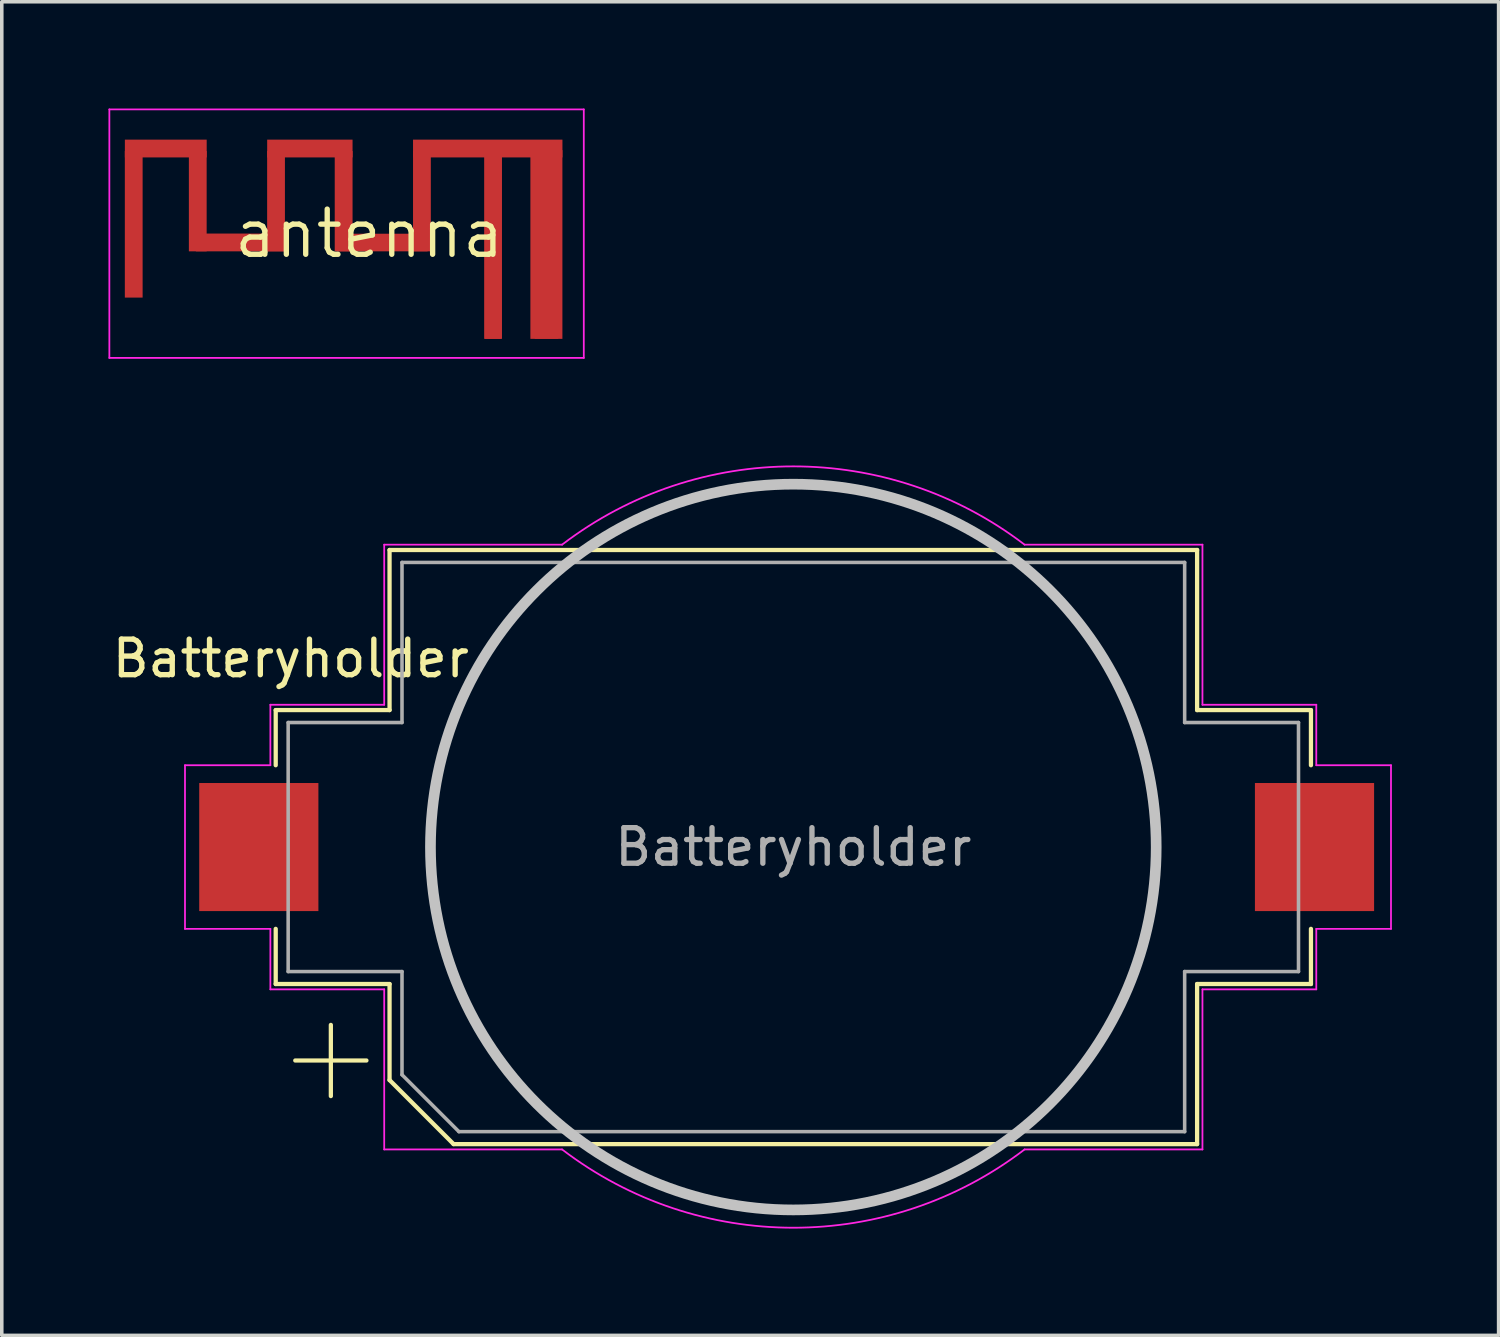
<source format=kicad_pcb>
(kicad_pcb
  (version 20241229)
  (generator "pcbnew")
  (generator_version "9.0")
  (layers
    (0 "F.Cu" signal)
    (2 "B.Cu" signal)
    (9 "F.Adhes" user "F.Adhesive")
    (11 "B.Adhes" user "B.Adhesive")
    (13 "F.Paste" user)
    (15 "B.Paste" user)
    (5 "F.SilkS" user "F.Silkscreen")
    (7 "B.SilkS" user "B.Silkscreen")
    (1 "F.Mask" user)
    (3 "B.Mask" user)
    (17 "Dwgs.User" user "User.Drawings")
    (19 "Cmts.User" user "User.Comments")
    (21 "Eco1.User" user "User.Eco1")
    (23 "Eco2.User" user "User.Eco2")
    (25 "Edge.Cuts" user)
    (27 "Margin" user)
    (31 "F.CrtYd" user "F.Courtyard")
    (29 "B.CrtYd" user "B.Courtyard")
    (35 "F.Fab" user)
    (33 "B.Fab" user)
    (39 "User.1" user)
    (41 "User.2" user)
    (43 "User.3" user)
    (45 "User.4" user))
  (footprint "antenna"
    (layer "F.Cu")
    (at 6.692 3.518)
    (property "Reference" "antenna" (at 0.635 0 0) (layer "F.SilkS") (effects (font (size 1.27 1.27) (thickness 0.15))))
    (attr exclude_from_pos_files exclude_from_bom)
    (fp_poly (pts (xy -5.733 -2.323) (xy -6.233 -2.323) (xy -6.233 1.797) (xy -5.733 1.797)) (stroke (width 0) (type solid)) (fill yes) (layer "F.Cu"))
    (fp_poly (pts (xy -3.933 -2.323) (xy -4.433 -2.323) (xy -4.433 0.497) (xy -3.933 0.497)) (stroke (width 0) (type solid)) (fill yes) (layer "F.Cu"))
    (fp_poly (pts (xy -3.932 -2.643) (xy -6.232 -2.643) (xy -6.232 -2.143) (xy -3.932 -2.143)) (stroke (width 0) (type solid)) (fill yes) (layer "F.Cu"))
    (fp_poly (pts (xy -1.747 -0.003) (xy -4.236 -0.003) (xy -4.236 0.497) (xy -1.747 0.497)) (stroke (width 0) (type solid)) (fill yes) (layer "F.Cu"))
    (fp_poly (pts (xy -1.733 -2.323) (xy -2.233 -2.323) (xy -2.233 0.497) (xy -1.733 0.497)) (stroke (width 0) (type solid)) (fill yes) (layer "F.Cu"))
    (fp_poly (pts (xy 0.168 -2.323) (xy -0.333 -2.323) (xy -0.333 0.497) (xy 0.168 0.497)) (stroke (width 0) (type solid)) (fill yes) (layer "F.Cu"))
    (fp_poly (pts (xy 0.168 -2.643) (xy -2.232 -2.643) (xy -2.232 -2.143) (xy 0.168 -2.143)) (stroke (width 0) (type solid)) (fill yes) (layer "F.Cu"))
    (fp_poly (pts (xy 2.277 0.002) (xy -0.263 0.002) (xy -0.263 0.497) (xy 2.277 0.497)) (stroke (width 0) (type solid)) (fill yes) (layer "F.Cu"))
    (fp_poly (pts (xy 2.368 -2.323) (xy 1.868 -2.323) (xy 1.868 0.497) (xy 2.368 0.497)) (stroke (width 0) (type solid)) (fill yes) (layer "F.Cu"))
    (fp_poly (pts (xy 4.368 -2.374) (xy 3.868 -2.374) (xy 3.868 2.957) (xy 4.368 2.957)) (stroke (width 0) (type solid)) (fill yes) (layer "F.Cu"))
    (fp_poly (pts (xy 6.067 -2.348) (xy 5.167 -2.348) (xy 5.167 2.957) (xy 6.067 2.957)) (stroke (width 0) (type solid)) (fill yes) (layer "F.Cu"))
    (fp_poly (pts (xy 6.068 -2.643) (xy 1.868 -2.643) (xy 1.868 -2.143) (xy 6.068 -2.143)) (stroke (width 0) (type solid)) (fill yes) (layer "F.Cu"))
    (fp_poly (pts (xy -5.733 -2.323) (xy -6.232 -2.323) (xy -6.232 1.797) (xy -5.733 1.797)) (stroke (width 0) (type solid)) (fill yes) (layer "F.Mask"))
    (fp_poly (pts (xy -3.933 -2.323) (xy -4.433 -2.323) (xy -4.433 0.497) (xy -3.933 0.497)) (stroke (width 0) (type solid)) (fill yes) (layer "F.Mask"))
    (fp_poly (pts (xy -3.932 -2.643) (xy -6.232 -2.643) (xy -6.232 -2.143) (xy -3.932 -2.143)) (stroke (width 0) (type solid)) (fill yes) (layer "F.Mask"))
    (fp_poly (pts (xy -1.747 -0.003) (xy -4.236 -0.003) (xy -4.236 0.497) (xy -1.747 0.497)) (stroke (width 0) (type solid)) (fill yes) (layer "F.Mask"))
    (fp_poly (pts (xy -1.733 -2.323) (xy -2.233 -2.323) (xy -2.233 0.497) (xy -1.733 0.497)) (stroke (width 0) (type solid)) (fill yes) (layer "F.Mask"))
    (fp_poly (pts (xy 0.168 -2.323) (xy -0.332 -2.323) (xy -0.332 0.497) (xy 0.168 0.497)) (stroke (width 0) (type solid)) (fill yes) (layer "F.Mask"))
    (fp_poly (pts (xy 0.168 -2.643) (xy -2.232 -2.643) (xy -2.232 -2.143) (xy 0.168 -2.143)) (stroke (width 0) (type solid)) (fill yes) (layer "F.Mask"))
    (fp_poly (pts (xy 2.277 0.002) (xy -0.263 0.002) (xy -0.263 0.497) (xy 2.277 0.497)) (stroke (width 0) (type solid)) (fill yes) (layer "F.Mask"))
    (fp_poly (pts (xy 2.368 -2.323) (xy 1.868 -2.323) (xy 1.868 0.497) (xy 2.368 0.497)) (stroke (width 0) (type solid)) (fill yes) (layer "F.Mask"))
    (fp_poly (pts (xy 4.368 -2.374) (xy 3.868 -2.374) (xy 3.868 2.957) (xy 4.368 2.957)) (stroke (width 0) (type solid)) (fill yes) (layer "F.Mask"))
    (fp_poly (pts (xy 6.067 -2.348) (xy 5.167 -2.348) (xy 5.167 2.957) (xy 6.067 2.957)) (stroke (width 0) (type solid)) (fill yes) (layer "F.Mask"))
    (fp_poly (pts (xy 6.068 -2.643) (xy 1.868 -2.643) (xy 1.868 -2.143) (xy 6.068 -2.143)) (stroke (width 0) (type solid)) (fill yes) (layer "F.Mask"))
    (fp_line (start -6.668 -3.493) (end -6.668 3.493) (stroke (width 0.05) (type solid)) (layer "F.CrtYd"))
    (fp_line (start -6.668 3.493) (end 6.668 3.493) (stroke (width 0.05) (type solid)) (layer "F.CrtYd"))
    (fp_line (start 6.668 -3.493) (end -6.668 -3.493) (stroke (width 0.05) (type solid)) (layer "F.CrtYd"))
    (fp_line (start 6.668 3.493) (end 6.668 -3.493) (stroke (width 0.05) (type solid)) (layer "F.CrtYd"))
    (pad "FEED" smd rect (at 4.11 2.329 90) (size 1.258 0.44) (layers "F.Cu"))
    (pad "GND" smd rect (at 5.62 2.5 90) (size 0.91 0.661) (layers "F.Cu")))
  (footprint "Batteryholder"
    (layer "F.Cu")
    (at 19.25 20.76)
    (property "Reference" "Batteryholder" (at -14.125 -5.3 0) (layer "F.SilkS") (effects (font (size 1 1) (thickness 0.15))))
    (attr smd)
    (fp_line (start -14.55 -3.85) (end -14.55 -2.3) (stroke (width 0.12) (type solid)) (layer "F.SilkS"))
    (fp_line (start -14.55 3.85) (end -14.55 2.3) (stroke (width 0.12) (type solid)) (layer "F.SilkS"))
    (fp_line (start -13 5) (end -13 7) (stroke (width 0.12) (type solid)) (layer "F.SilkS"))
    (fp_line (start -12 6) (end -14 6) (stroke (width 0.12) (type solid)) (layer "F.SilkS"))
    (fp_line (start -11.35 -8.35) (end -11.35 -3.85) (stroke (width 0.12) (type solid)) (layer "F.SilkS"))
    (fp_line (start -11.35 -8.35) (end 11.35 -8.35) (stroke (width 0.12) (type solid)) (layer "F.SilkS"))
    (fp_line (start -11.35 -3.85) (end -14.55 -3.85) (stroke (width 0.12) (type solid)) (layer "F.SilkS"))
    (fp_line (start -11.35 3.85) (end -14.55 3.85) (stroke (width 0.12) (type solid)) (layer "F.SilkS"))
    (fp_line (start -11.35 6.55) (end -11.35 3.85) (stroke (width 0.12) (type solid)) (layer "F.SilkS"))
    (fp_line (start -9.55 8.35) (end -11.35 6.55) (stroke (width 0.12) (type solid)) (layer "F.SilkS"))
    (fp_line (start 11.35 -8.35) (end 11.35 -3.85) (stroke (width 0.12) (type solid)) (layer "F.SilkS"))
    (fp_line (start 11.35 -3.85) (end 14.55 -3.85) (stroke (width 0.12) (type solid)) (layer "F.SilkS"))
    (fp_line (start 11.35 3.85) (end 14.55 3.85) (stroke (width 0.12) (type solid)) (layer "F.SilkS"))
    (fp_line (start 11.35 8.35) (end -9.55 8.35) (stroke (width 0.12) (type solid)) (layer "F.SilkS"))
    (fp_line (start 11.35 8.35) (end 11.35 3.85) (stroke (width 0.12) (type solid)) (layer "F.SilkS"))
    (fp_line (start 14.55 -3.85) (end 14.55 -2.3) (stroke (width 0.12) (type solid)) (layer "F.SilkS"))
    (fp_line (start 14.55 3.85) (end 14.55 2.3) (stroke (width 0.12) (type solid)) (layer "F.SilkS"))
    (fp_circle (center 0 0) (end -10.2 0) (stroke (width 0.3) (type solid)) (fill no) (layer "Dwgs.User"))
    (fp_line (start -17.1 2.3) (end -17.1 -2.3) (stroke (width 0.05) (type solid)) (layer "F.CrtYd"))
    (fp_line (start -14.7 -4) (end -11.5 -4) (stroke (width 0.05) (type solid)) (layer "F.CrtYd"))
    (fp_line (start -14.7 -2.3) (end -17.1 -2.3) (stroke (width 0.05) (type solid)) (layer "F.CrtYd"))
    (fp_line (start -14.7 -2.3) (end -14.7 -4) (stroke (width 0.05) (type solid)) (layer "F.CrtYd"))
    (fp_line (start -14.7 2.3) (end -17.1 2.3) (stroke (width 0.05) (type solid)) (layer "F.CrtYd"))
    (fp_line (start -14.7 4) (end -14.7 2.3) (stroke (width 0.05) (type solid)) (layer "F.CrtYd"))
    (fp_line (start -14.7 4) (end -11.5 4) (stroke (width 0.05) (type solid)) (layer "F.CrtYd"))
    (fp_line (start -11.5 -8.5) (end -6.5 -8.5) (stroke (width 0.05) (type solid)) (layer "F.CrtYd"))
    (fp_line (start -11.5 -4) (end -11.5 -8.5) (stroke (width 0.05) (type solid)) (layer "F.CrtYd"))
    (fp_line (start -11.5 4) (end -11.5 8.5) (stroke (width 0.05) (type solid)) (layer "F.CrtYd"))
    (fp_line (start -6.5 8.5) (end -11.5 8.5) (stroke (width 0.05) (type solid)) (layer "F.CrtYd"))
    (fp_line (start 11.5 -8.5) (end 6.5 -8.5) (stroke (width 0.05) (type solid)) (layer "F.CrtYd"))
    (fp_line (start 11.5 -8.5) (end 11.5 -4) (stroke (width 0.05) (type solid)) (layer "F.CrtYd"))
    (fp_line (start 11.5 -4) (end 14.7 -4) (stroke (width 0.05) (type solid)) (layer "F.CrtYd"))
    (fp_line (start 11.5 4) (end 11.5 8.5) (stroke (width 0.05) (type solid)) (layer "F.CrtYd"))
    (fp_line (start 11.5 8.5) (end 6.5 8.5) (stroke (width 0.05) (type solid)) (layer "F.CrtYd"))
    (fp_line (start 14.7 -4) (end 14.7 -2.3) (stroke (width 0.05) (type solid)) (layer "F.CrtYd"))
    (fp_line (start 14.7 -2.3) (end 16.8 -2.3) (stroke (width 0.05) (type solid)) (layer "F.CrtYd"))
    (fp_line (start 14.7 2.3) (end 14.7 4) (stroke (width 0.05) (type solid)) (layer "F.CrtYd"))
    (fp_line (start 14.7 4) (end 11.5 4) (stroke (width 0.05) (type solid)) (layer "F.CrtYd"))
    (fp_line (start 16.8 -2.3) (end 16.8 2.3) (stroke (width 0.05) (type solid)) (layer "F.CrtYd"))
    (fp_line (start 16.8 2.3) (end 14.7 2.3) (stroke (width 0.05) (type solid)) (layer "F.CrtYd"))
    (fp_arc (start -6.499999 -8.5) (mid 0 -10.700467) (end 6.5 -8.5) (stroke (width 0.05) (type solid)) (layer "F.CrtYd"))
    (fp_arc (start 6.499999 8.5) (mid 0 10.700467) (end -6.5 8.5) (stroke (width 0.05) (type solid)) (layer "F.CrtYd"))
    (fp_line (start -14.2 -3.5) (end -11 -3.5) (stroke (width 0.1) (type solid)) (layer "F.Fab"))
    (fp_line (start -14.2 3.5) (end -14.2 -3.5) (stroke (width 0.1) (type solid)) (layer "F.Fab"))
    (fp_line (start -11 -8) (end -11 -3.5) (stroke (width 0.1) (type solid)) (layer "F.Fab"))
    (fp_line (start -11 3.5) (end -14.2 3.5) (stroke (width 0.1) (type solid)) (layer "F.Fab"))
    (fp_line (start -11 6.4) (end -11 3.5) (stroke (width 0.1) (type solid)) (layer "F.Fab"))
    (fp_line (start -9.4 8) (end -11 6.4) (stroke (width 0.1) (type solid)) (layer "F.Fab"))
    (fp_line (start 11 -8) (end -11 -8) (stroke (width 0.1) (type solid)) (layer "F.Fab"))
    (fp_line (start 11 -8) (end 11 -3.5) (stroke (width 0.1) (type solid)) (layer "F.Fab"))
    (fp_line (start 11 3.5) (end 14.2 3.5) (stroke (width 0.1) (type solid)) (layer "F.Fab"))
    (fp_line (start 11 8) (end -9.4 8) (stroke (width 0.1) (type solid)) (layer "F.Fab"))
    (fp_line (start 11 8) (end 11 3.5) (stroke (width 0.1) (type solid)) (layer "F.Fab"))
    (fp_line (start 14.2 -3.5) (end 11 -3.5) (stroke (width 0.1) (type solid)) (layer "F.Fab"))
    (fp_line (start 14.2 3.5) (end 14.2 -3.5) (stroke (width 0.1) (type solid)) (layer "F.Fab"))
    (fp_text user "${REFERENCE}" (at 0 0 0) (layer "F.Fab") (effects (font (size 1 1) (thickness 0.15))))
    (pad "1" smd rect (at -15.025 0 180) (size 3.35 3.6) (layers "F.Cu" "F.Mask" "F.Paste"))
    (pad "2" smd rect (at 14.65 0 180) (size 3.35 3.6) (layers "F.Cu" "F.Mask" "F.Paste")))
  (gr_rect
    (start -3 -3)
    (end 39.075 34.486)
    (stroke (width 0.1) (type default))
    (fill no)
    (layer "Edge.Cuts")))
</source>
